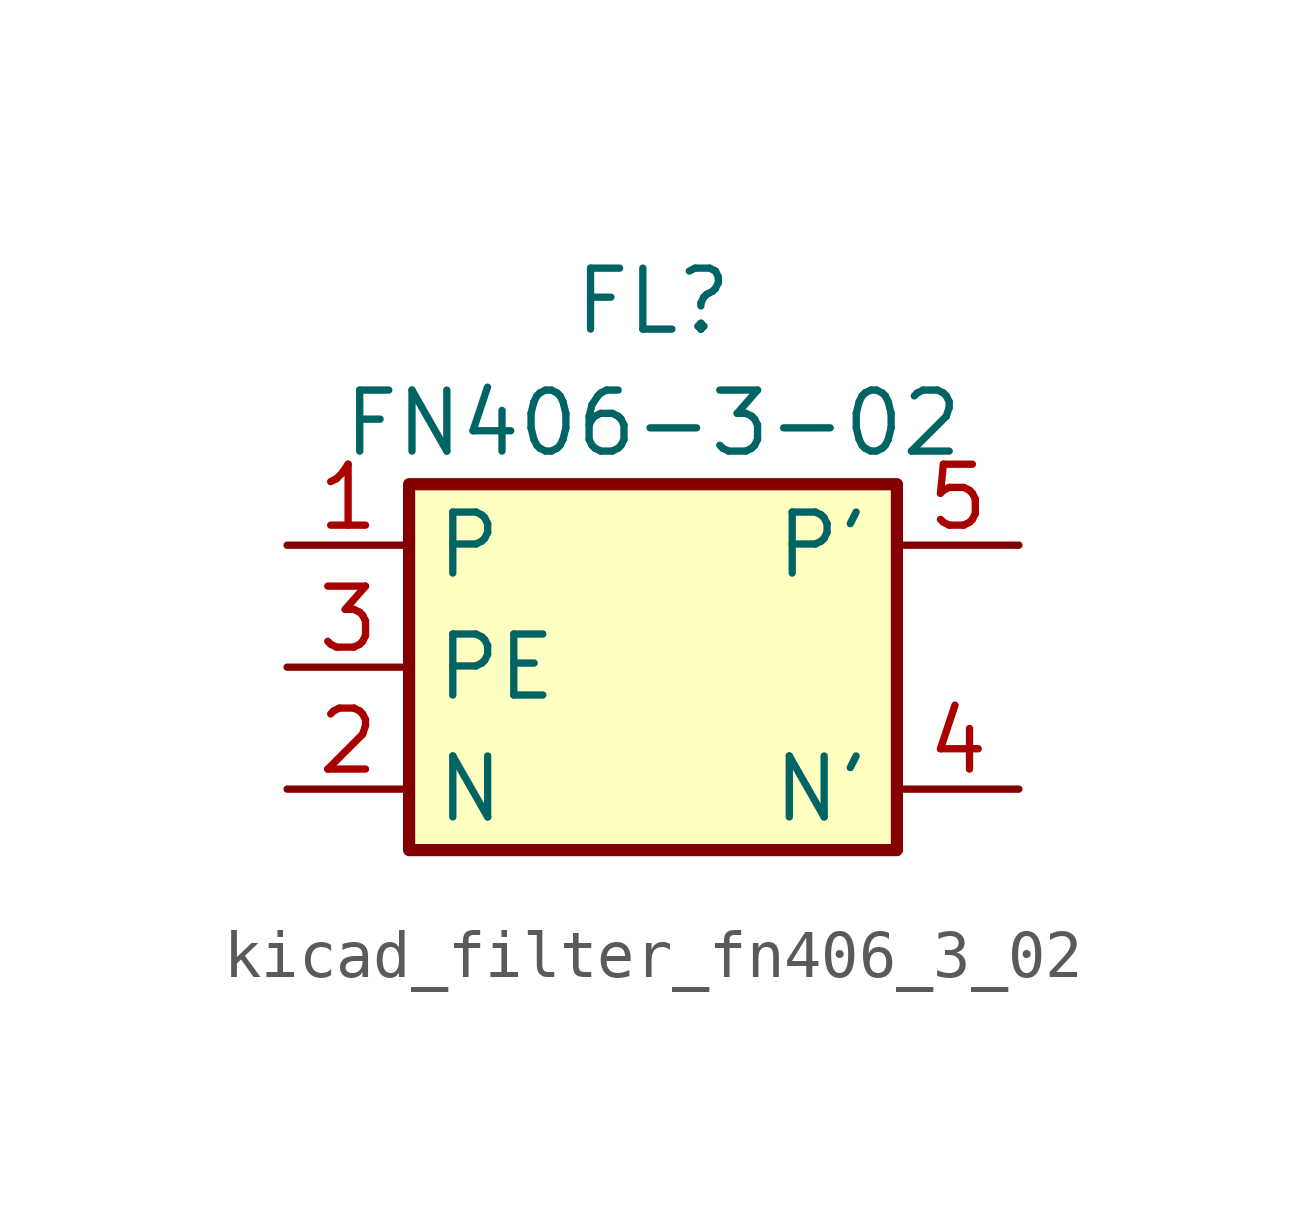
<source format=kicad_sym>
(kicad_symbol_lib
  (version 20220914)
  (generator kicad_symbol_editor)
  (symbol "kicad_filter_fn406_3_02"
    (property "Reference" "FL"
      (at 0 7.62 0)
      (effects (font (size 1.27 1.27))))
    (property "Value" "FN406-3-02"
      (at 0 5.08 0)
      (effects (font (size 1.27 1.27))))
    (symbol "kicad_filter_fn406_3_02_0_1"
      (rectangle (start -5.08 3.81) (end 5.08 -3.81) (stroke (width 0.254) (type default)) (fill (type background))))
    (symbol "kicad_filter_fn406_3_02_1_1"
      (pin passive line (at -7.62 2.54 0) (length 2.54) (name "P" (effects (font (size 1.27 1.27)))) (number "1" (effects (font (size 1.27 1.27)))))
      (pin passive line (at -7.62 -2.54 0) (length 2.54) (name "N" (effects (font (size 1.27 1.27)))) (number "2" (effects (font (size 1.27 1.27)))))
      (pin passive line (at -7.62 0 0) (length 2.54) (name "PE" (effects (font (size 1.27 1.27)))) (number "3" (effects (font (size 1.27 1.27)))))
      (pin passive line (at 7.62 -2.54 180) (length 2.54) (name "N'" (effects (font (size 1.27 1.27)))) (number "4" (effects (font (size 1.27 1.27)))))
      (pin passive line (at 7.62 2.54 180) (length 2.54) (name "P'" (effects (font (size 1.27 1.27)))) (number "5" (effects (font (size 1.27 1.27))))))))
</source>
